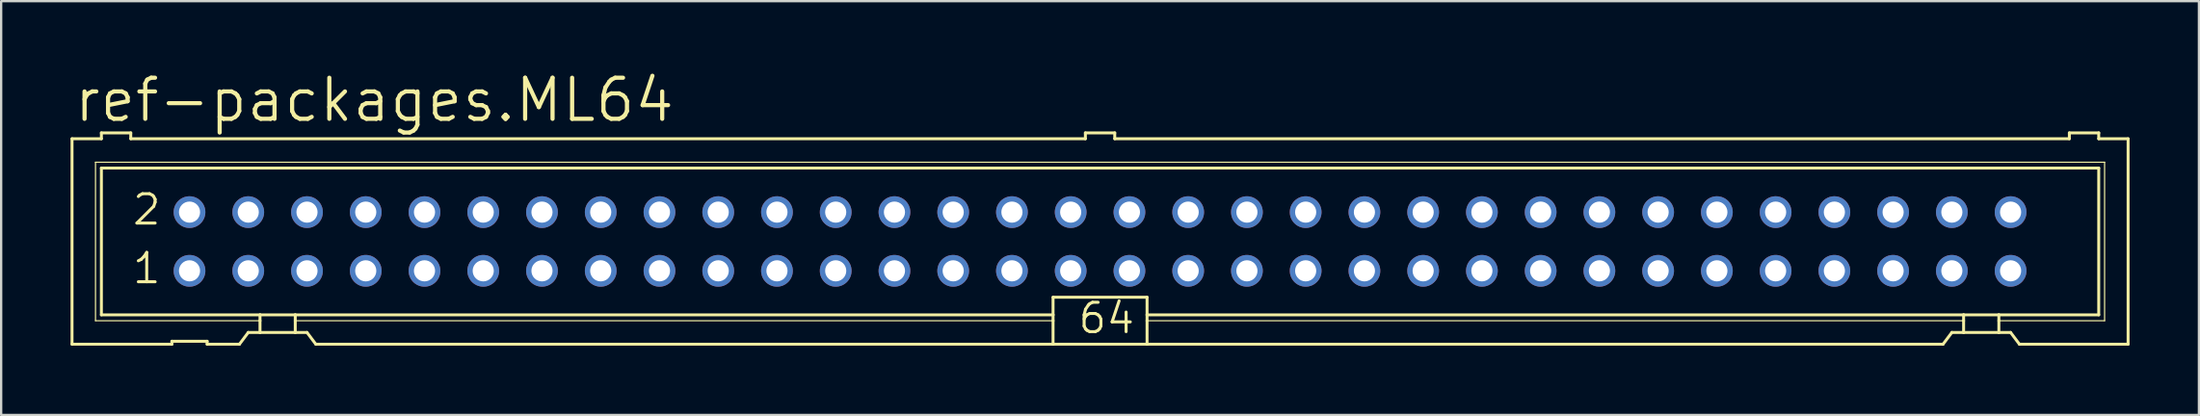
<source format=kicad_pcb>
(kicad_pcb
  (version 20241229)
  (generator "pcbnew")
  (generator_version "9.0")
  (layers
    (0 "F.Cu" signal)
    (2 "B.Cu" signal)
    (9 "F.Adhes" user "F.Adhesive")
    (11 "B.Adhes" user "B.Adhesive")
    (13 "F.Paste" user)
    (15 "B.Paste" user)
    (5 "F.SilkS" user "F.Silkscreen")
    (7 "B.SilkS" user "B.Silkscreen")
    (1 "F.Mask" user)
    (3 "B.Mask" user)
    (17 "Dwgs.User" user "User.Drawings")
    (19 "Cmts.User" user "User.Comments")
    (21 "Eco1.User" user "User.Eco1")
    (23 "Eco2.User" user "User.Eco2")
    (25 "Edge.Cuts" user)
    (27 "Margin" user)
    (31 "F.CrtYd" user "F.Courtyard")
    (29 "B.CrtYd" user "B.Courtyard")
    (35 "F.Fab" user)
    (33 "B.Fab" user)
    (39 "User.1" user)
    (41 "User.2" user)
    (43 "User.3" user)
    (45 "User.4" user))
  (footprint "ref-packages.ML64"
    (layer "F.Cu")
    (at 44.514 7.398)
    (property "Reference" "ref-packages.ML64" (at -44.45 -5.08 0) (layer "F.SilkS") (effects (font (size 1.778 1.778) (thickness 0.18)) (justify left bottom)))
    (attr through_hole)
    (fp_line (start -44.45 -4.445) (end -44.45 4.445) (stroke (width 0.127) (type default)) (layer "F.SilkS"))
    (fp_line (start -44.45 -4.445) (end -43.18 -4.445) (stroke (width 0.127) (type default)) (layer "F.SilkS"))
    (fp_line (start -44.45 4.445) (end -40.132 4.445) (stroke (width 0.127) (type default)) (layer "F.SilkS"))
    (fp_line (start -43.434 -3.429) (end -43.434 3.429) (stroke (width 0.051) (type default)) (layer "F.SilkS"))
    (fp_line (start -43.434 3.429) (end -36.322 3.429) (stroke (width 0.051) (type default)) (layer "F.SilkS"))
    (fp_line (start -43.18 -4.699) (end -43.18 -4.445) (stroke (width 0.127) (type default)) (layer "F.SilkS"))
    (fp_line (start -43.18 -3.175) (end -43.18 3.175) (stroke (width 0.127) (type default)) (layer "F.SilkS"))
    (fp_line (start -43.18 -3.175) (end 43.18 -3.175) (stroke (width 0.127) (type default)) (layer "F.SilkS"))
    (fp_line (start -41.91 -4.699) (end -43.18 -4.699) (stroke (width 0.127) (type default)) (layer "F.SilkS"))
    (fp_line (start -41.91 -4.699) (end -41.91 -4.445) (stroke (width 0.127) (type default)) (layer "F.SilkS"))
    (fp_line (start -41.91 -4.445) (end -0.635 -4.445) (stroke (width 0.127) (type default)) (layer "F.SilkS"))
    (fp_line (start -40.132 4.318) (end -40.132 4.445) (stroke (width 0.127) (type default)) (layer "F.SilkS"))
    (fp_line (start -40.132 4.318) (end -38.608 4.318) (stroke (width 0.127) (type default)) (layer "F.SilkS"))
    (fp_line (start -38.608 4.445) (end -38.608 4.318) (stroke (width 0.127) (type default)) (layer "F.SilkS"))
    (fp_line (start -38.608 4.445) (end -37.211 4.445) (stroke (width 0.127) (type default)) (layer "F.SilkS"))
    (fp_line (start -37.211 4.445) (end -36.83 3.937) (stroke (width 0.127) (type default)) (layer "F.SilkS"))
    (fp_line (start -36.322 3.175) (end -43.18 3.175) (stroke (width 0.127) (type default)) (layer "F.SilkS"))
    (fp_line (start -36.322 3.175) (end -36.322 3.429) (stroke (width 0.127) (type default)) (layer "F.SilkS"))
    (fp_line (start -36.322 3.429) (end -36.322 3.937) (stroke (width 0.127) (type default)) (layer "F.SilkS"))
    (fp_line (start -36.322 3.937) (end -36.83 3.937) (stroke (width 0.127) (type default)) (layer "F.SilkS"))
    (fp_line (start -34.798 3.175) (end -36.322 3.175) (stroke (width 0.127) (type default)) (layer "F.SilkS"))
    (fp_line (start -34.798 3.175) (end -34.798 3.429) (stroke (width 0.127) (type default)) (layer "F.SilkS"))
    (fp_line (start -34.798 3.429) (end -34.798 3.937) (stroke (width 0.127) (type default)) (layer "F.SilkS"))
    (fp_line (start -34.798 3.429) (end -2.032 3.429) (stroke (width 0.051) (type default)) (layer "F.SilkS"))
    (fp_line (start -34.798 3.937) (end -36.322 3.937) (stroke (width 0.127) (type default)) (layer "F.SilkS"))
    (fp_line (start -34.29 3.937) (end -34.798 3.937) (stroke (width 0.127) (type default)) (layer "F.SilkS"))
    (fp_line (start -34.29 3.937) (end -33.909 4.445) (stroke (width 0.127) (type default)) (layer "F.SilkS"))
    (fp_line (start -33.909 4.445) (end -2.032 4.445) (stroke (width 0.127) (type default)) (layer "F.SilkS"))
    (fp_line (start -2.032 3.175) (end -34.798 3.175) (stroke (width 0.127) (type default)) (layer "F.SilkS"))
    (fp_line (start -2.032 3.175) (end -2.032 2.413) (stroke (width 0.127) (type default)) (layer "F.SilkS"))
    (fp_line (start -2.032 3.175) (end -2.032 3.429) (stroke (width 0.127) (type default)) (layer "F.SilkS"))
    (fp_line (start -2.032 3.429) (end -2.032 4.445) (stroke (width 0.127) (type default)) (layer "F.SilkS"))
    (fp_line (start -0.635 -4.699) (end -0.635 -4.445) (stroke (width 0.127) (type default)) (layer "F.SilkS"))
    (fp_line (start 0.635 -4.699) (end -0.635 -4.699) (stroke (width 0.127) (type default)) (layer "F.SilkS"))
    (fp_line (start 0.635 -4.699) (end 0.635 -4.445) (stroke (width 0.127) (type default)) (layer "F.SilkS"))
    (fp_line (start 0.635 -4.445) (end 41.91 -4.445) (stroke (width 0.127) (type default)) (layer "F.SilkS"))
    (fp_line (start 2.032 2.413) (end -2.032 2.413) (stroke (width 0.127) (type default)) (layer "F.SilkS"))
    (fp_line (start 2.032 2.413) (end 2.032 3.175) (stroke (width 0.127) (type default)) (layer "F.SilkS"))
    (fp_line (start 2.032 3.175) (end 2.032 3.429) (stroke (width 0.127) (type default)) (layer "F.SilkS"))
    (fp_line (start 2.032 3.429) (end 2.032 4.445) (stroke (width 0.127) (type default)) (layer "F.SilkS"))
    (fp_line (start 2.032 4.445) (end -2.032 4.445) (stroke (width 0.127) (type default)) (layer "F.SilkS"))
    (fp_line (start 36.449 4.445) (end 2.032 4.445) (stroke (width 0.127) (type default)) (layer "F.SilkS"))
    (fp_line (start 36.449 4.445) (end 36.83 3.937) (stroke (width 0.127) (type default)) (layer "F.SilkS"))
    (fp_line (start 37.338 3.175) (end 2.032 3.175) (stroke (width 0.127) (type default)) (layer "F.SilkS"))
    (fp_line (start 37.338 3.175) (end 37.338 3.429) (stroke (width 0.127) (type default)) (layer "F.SilkS"))
    (fp_line (start 37.338 3.429) (end 2.032 3.429) (stroke (width 0.051) (type default)) (layer "F.SilkS"))
    (fp_line (start 37.338 3.429) (end 37.338 3.937) (stroke (width 0.127) (type default)) (layer "F.SilkS"))
    (fp_line (start 37.338 3.937) (end 36.83 3.937) (stroke (width 0.127) (type default)) (layer "F.SilkS"))
    (fp_line (start 38.862 3.175) (end 37.338 3.175) (stroke (width 0.127) (type default)) (layer "F.SilkS"))
    (fp_line (start 38.862 3.175) (end 38.862 3.429) (stroke (width 0.127) (type default)) (layer "F.SilkS"))
    (fp_line (start 38.862 3.429) (end 38.862 3.937) (stroke (width 0.127) (type default)) (layer "F.SilkS"))
    (fp_line (start 38.862 3.429) (end 43.434 3.429) (stroke (width 0.051) (type default)) (layer "F.SilkS"))
    (fp_line (start 38.862 3.937) (end 37.338 3.937) (stroke (width 0.127) (type default)) (layer "F.SilkS"))
    (fp_line (start 39.37 3.937) (end 38.862 3.937) (stroke (width 0.127) (type default)) (layer "F.SilkS"))
    (fp_line (start 39.37 3.937) (end 39.751 4.445) (stroke (width 0.127) (type default)) (layer "F.SilkS"))
    (fp_line (start 41.91 -4.445) (end 41.91 -4.699) (stroke (width 0.127) (type default)) (layer "F.SilkS"))
    (fp_line (start 43.18 -4.699) (end 41.91 -4.699) (stroke (width 0.127) (type default)) (layer "F.SilkS"))
    (fp_line (start 43.18 -4.445) (end 43.18 -4.699) (stroke (width 0.127) (type default)) (layer "F.SilkS"))
    (fp_line (start 43.18 -4.445) (end 44.45 -4.445) (stroke (width 0.127) (type default)) (layer "F.SilkS"))
    (fp_line (start 43.18 3.175) (end 38.862 3.175) (stroke (width 0.127) (type default)) (layer "F.SilkS"))
    (fp_line (start 43.18 3.175) (end 43.18 -3.175) (stroke (width 0.127) (type default)) (layer "F.SilkS"))
    (fp_line (start 43.434 -3.429) (end -43.434 -3.429) (stroke (width 0.051) (type default)) (layer "F.SilkS"))
    (fp_line (start 43.434 3.429) (end 43.434 -3.429) (stroke (width 0.051) (type default)) (layer "F.SilkS"))
    (fp_line (start 44.45 4.445) (end 39.751 4.445) (stroke (width 0.127) (type default)) (layer "F.SilkS"))
    (fp_line (start 44.45 4.445) (end 44.45 -4.445) (stroke (width 0.127) (type default)) (layer "F.SilkS"))
    (fp_rect (start -39.624 -1.016) (end -39.116 -1.524) (stroke (width 0.05) (type default)) (fill no) (layer "F.Fab"))
    (fp_rect (start -39.624 1.524) (end -39.116 1.016) (stroke (width 0.05) (type default)) (fill no) (layer "F.Fab"))
    (fp_rect (start -37.084 -1.016) (end -36.576 -1.524) (stroke (width 0.05) (type default)) (fill no) (layer "F.Fab"))
    (fp_rect (start -37.084 1.524) (end -36.576 1.016) (stroke (width 0.05) (type default)) (fill no) (layer "F.Fab"))
    (fp_rect (start -34.544 -1.016) (end -34.036 -1.524) (stroke (width 0.05) (type default)) (fill no) (layer "F.Fab"))
    (fp_rect (start -34.544 1.524) (end -34.036 1.016) (stroke (width 0.05) (type default)) (fill no) (layer "F.Fab"))
    (fp_rect (start -32.004 -1.016) (end -31.496 -1.524) (stroke (width 0.05) (type default)) (fill no) (layer "F.Fab"))
    (fp_rect (start -32.004 1.524) (end -31.496 1.016) (stroke (width 0.05) (type default)) (fill no) (layer "F.Fab"))
    (fp_rect (start -29.464 -1.016) (end -28.956 -1.524) (stroke (width 0.05) (type default)) (fill no) (layer "F.Fab"))
    (fp_rect (start -29.464 1.524) (end -28.956 1.016) (stroke (width 0.05) (type default)) (fill no) (layer "F.Fab"))
    (fp_rect (start -26.924 -1.016) (end -26.416 -1.524) (stroke (width 0.05) (type default)) (fill no) (layer "F.Fab"))
    (fp_rect (start -26.924 1.524) (end -26.416 1.016) (stroke (width 0.05) (type default)) (fill no) (layer "F.Fab"))
    (fp_rect (start -24.384 -1.016) (end -23.876 -1.524) (stroke (width 0.05) (type default)) (fill no) (layer "F.Fab"))
    (fp_rect (start -24.384 1.524) (end -23.876 1.016) (stroke (width 0.05) (type default)) (fill no) (layer "F.Fab"))
    (fp_rect (start -21.844 -1.016) (end -21.336 -1.524) (stroke (width 0.05) (type default)) (fill no) (layer "F.Fab"))
    (fp_rect (start -21.844 1.524) (end -21.336 1.016) (stroke (width 0.05) (type default)) (fill no) (layer "F.Fab"))
    (fp_rect (start -19.304 -1.016) (end -18.796 -1.524) (stroke (width 0.05) (type default)) (fill no) (layer "F.Fab"))
    (fp_rect (start -19.304 1.524) (end -18.796 1.016) (stroke (width 0.05) (type default)) (fill no) (layer "F.Fab"))
    (fp_rect (start -16.764 -1.016) (end -16.256 -1.524) (stroke (width 0.05) (type default)) (fill no) (layer "F.Fab"))
    (fp_rect (start -16.764 1.524) (end -16.256 1.016) (stroke (width 0.05) (type default)) (fill no) (layer "F.Fab"))
    (fp_rect (start -14.224 -1.016) (end -13.716 -1.524) (stroke (width 0.05) (type default)) (fill no) (layer "F.Fab"))
    (fp_rect (start -14.224 1.524) (end -13.716 1.016) (stroke (width 0.05) (type default)) (fill no) (layer "F.Fab"))
    (fp_rect (start -11.684 -1.016) (end -11.176 -1.524) (stroke (width 0.05) (type default)) (fill no) (layer "F.Fab"))
    (fp_rect (start -11.684 1.524) (end -11.176 1.016) (stroke (width 0.05) (type default)) (fill no) (layer "F.Fab"))
    (fp_rect (start -9.144 -1.016) (end -8.636 -1.524) (stroke (width 0.05) (type default)) (fill no) (layer "F.Fab"))
    (fp_rect (start -9.144 1.524) (end -8.636 1.016) (stroke (width 0.05) (type default)) (fill no) (layer "F.Fab"))
    (fp_rect (start -6.604 -1.016) (end -6.096 -1.524) (stroke (width 0.05) (type default)) (fill no) (layer "F.Fab"))
    (fp_rect (start -6.604 1.524) (end -6.096 1.016) (stroke (width 0.05) (type default)) (fill no) (layer "F.Fab"))
    (fp_rect (start -4.064 -1.016) (end -3.556 -1.524) (stroke (width 0.05) (type default)) (fill no) (layer "F.Fab"))
    (fp_rect (start -4.064 1.524) (end -3.556 1.016) (stroke (width 0.05) (type default)) (fill no) (layer "F.Fab"))
    (fp_rect (start -1.524 -1.016) (end -1.016 -1.524) (stroke (width 0.05) (type default)) (fill no) (layer "F.Fab"))
    (fp_rect (start -1.524 1.524) (end -1.016 1.016) (stroke (width 0.05) (type default)) (fill no) (layer "F.Fab"))
    (fp_rect (start 1.016 -1.016) (end 1.524 -1.524) (stroke (width 0.05) (type default)) (fill no) (layer "F.Fab"))
    (fp_rect (start 1.016 1.524) (end 1.524 1.016) (stroke (width 0.05) (type default)) (fill no) (layer "F.Fab"))
    (fp_rect (start 3.556 -1.016) (end 4.064 -1.524) (stroke (width 0.05) (type default)) (fill no) (layer "F.Fab"))
    (fp_rect (start 3.556 1.524) (end 4.064 1.016) (stroke (width 0.05) (type default)) (fill no) (layer "F.Fab"))
    (fp_rect (start 6.096 -1.016) (end 6.604 -1.524) (stroke (width 0.05) (type default)) (fill no) (layer "F.Fab"))
    (fp_rect (start 6.096 1.524) (end 6.604 1.016) (stroke (width 0.05) (type default)) (fill no) (layer "F.Fab"))
    (fp_rect (start 8.636 -1.016) (end 9.144 -1.524) (stroke (width 0.05) (type default)) (fill no) (layer "F.Fab"))
    (fp_rect (start 8.636 1.524) (end 9.144 1.016) (stroke (width 0.05) (type default)) (fill no) (layer "F.Fab"))
    (fp_rect (start 11.176 -1.016) (end 11.684 -1.524) (stroke (width 0.05) (type default)) (fill no) (layer "F.Fab"))
    (fp_rect (start 11.176 1.524) (end 11.684 1.016) (stroke (width 0.05) (type default)) (fill no) (layer "F.Fab"))
    (fp_rect (start 13.716 -1.016) (end 14.224 -1.524) (stroke (width 0.05) (type default)) (fill no) (layer "F.Fab"))
    (fp_rect (start 13.716 1.524) (end 14.224 1.016) (stroke (width 0.05) (type default)) (fill no) (layer "F.Fab"))
    (fp_rect (start 16.256 -1.016) (end 16.764 -1.524) (stroke (width 0.05) (type default)) (fill no) (layer "F.Fab"))
    (fp_rect (start 16.256 1.524) (end 16.764 1.016) (stroke (width 0.05) (type default)) (fill no) (layer "F.Fab"))
    (fp_rect (start 18.796 -1.016) (end 19.304 -1.524) (stroke (width 0.05) (type default)) (fill no) (layer "F.Fab"))
    (fp_rect (start 18.796 1.524) (end 19.304 1.016) (stroke (width 0.05) (type default)) (fill no) (layer "F.Fab"))
    (fp_rect (start 21.336 -1.016) (end 21.844 -1.524) (stroke (width 0.05) (type default)) (fill no) (layer "F.Fab"))
    (fp_rect (start 21.336 1.524) (end 21.844 1.016) (stroke (width 0.05) (type default)) (fill no) (layer "F.Fab"))
    (fp_rect (start 23.876 -1.016) (end 24.384 -1.524) (stroke (width 0.05) (type default)) (fill no) (layer "F.Fab"))
    (fp_rect (start 23.876 1.524) (end 24.384 1.016) (stroke (width 0.05) (type default)) (fill no) (layer "F.Fab"))
    (fp_rect (start 26.416 -1.016) (end 26.924 -1.524) (stroke (width 0.05) (type default)) (fill no) (layer "F.Fab"))
    (fp_rect (start 26.416 1.524) (end 26.924 1.016) (stroke (width 0.05) (type default)) (fill no) (layer "F.Fab"))
    (fp_rect (start 28.956 -1.016) (end 29.464 -1.524) (stroke (width 0.05) (type default)) (fill no) (layer "F.Fab"))
    (fp_rect (start 28.956 1.524) (end 29.464 1.016) (stroke (width 0.05) (type default)) (fill no) (layer "F.Fab"))
    (fp_rect (start 31.496 -1.016) (end 32.004 -1.524) (stroke (width 0.05) (type default)) (fill no) (layer "F.Fab"))
    (fp_rect (start 31.496 1.524) (end 32.004 1.016) (stroke (width 0.05) (type default)) (fill no) (layer "F.Fab"))
    (fp_rect (start 34.036 -1.016) (end 34.544 -1.524) (stroke (width 0.05) (type default)) (fill no) (layer "F.Fab"))
    (fp_rect (start 34.036 1.524) (end 34.544 1.016) (stroke (width 0.05) (type default)) (fill no) (layer "F.Fab"))
    (fp_rect (start 36.576 -1.016) (end 37.084 -1.524) (stroke (width 0.05) (type default)) (fill no) (layer "F.Fab"))
    (fp_rect (start 36.576 1.524) (end 37.084 1.016) (stroke (width 0.05) (type default)) (fill no) (layer "F.Fab"))
    (fp_rect (start 39.116 -1.016) (end 39.624 -1.524) (stroke (width 0.05) (type default)) (fill no) (layer "F.Fab"))
    (fp_rect (start 39.116 1.524) (end 39.624 1.016) (stroke (width 0.05) (type default)) (fill no) (layer "F.Fab"))
    (fp_text user "2" (at -41.91 -0.635 0) (layer "F.SilkS") (effects (font (size 1.27 1.27) (thickness 0.13)) (justify left bottom)))
    (fp_text user "64" (at -1.016 4.064 0) (layer "F.SilkS") (effects (font (size 1.27 1.27) (thickness 0.13)) (justify left bottom)))
    (fp_text user "1" (at -41.91 1.905 0) (layer "F.SilkS") (effects (font (size 1.27 1.27) (thickness 0.13)) (justify left bottom)))
    (pad "1" thru_hole circle (at -39.37 1.27) (size 1.372 1.372) (drill 0.914) (layers "*.Cu" "*.Mask"))
    (pad "2" thru_hole circle (at -39.37 -1.27) (size 1.372 1.372) (drill 0.914) (layers "*.Cu" "*.Mask"))
    (pad "3" thru_hole circle (at -36.83 1.27) (size 1.372 1.372) (drill 0.914) (layers "*.Cu" "*.Mask"))
    (pad "4" thru_hole circle (at -36.83 -1.27) (size 1.372 1.372) (drill 0.914) (layers "*.Cu" "*.Mask"))
    (pad "5" thru_hole circle (at -34.29 1.27) (size 1.372 1.372) (drill 0.914) (layers "*.Cu" "*.Mask"))
    (pad "6" thru_hole circle (at -34.29 -1.27) (size 1.372 1.372) (drill 0.914) (layers "*.Cu" "*.Mask"))
    (pad "7" thru_hole circle (at -31.75 1.27) (size 1.372 1.372) (drill 0.914) (layers "*.Cu" "*.Mask"))
    (pad "8" thru_hole circle (at -31.75 -1.27) (size 1.372 1.372) (drill 0.914) (layers "*.Cu" "*.Mask"))
    (pad "9" thru_hole circle (at -29.21 1.27) (size 1.372 1.372) (drill 0.914) (layers "*.Cu" "*.Mask"))
    (pad "10" thru_hole circle (at -29.21 -1.27) (size 1.372 1.372) (drill 0.914) (layers "*.Cu" "*.Mask"))
    (pad "11" thru_hole circle (at -26.67 1.27) (size 1.372 1.372) (drill 0.914) (layers "*.Cu" "*.Mask"))
    (pad "12" thru_hole circle (at -26.67 -1.27) (size 1.372 1.372) (drill 0.914) (layers "*.Cu" "*.Mask"))
    (pad "13" thru_hole circle (at -24.13 1.27) (size 1.372 1.372) (drill 0.914) (layers "*.Cu" "*.Mask"))
    (pad "14" thru_hole circle (at -24.13 -1.27) (size 1.372 1.372) (drill 0.914) (layers "*.Cu" "*.Mask"))
    (pad "15" thru_hole circle (at -21.59 1.27) (size 1.372 1.372) (drill 0.914) (layers "*.Cu" "*.Mask"))
    (pad "16" thru_hole circle (at -21.59 -1.27) (size 1.372 1.372) (drill 0.914) (layers "*.Cu" "*.Mask"))
    (pad "17" thru_hole circle (at -19.05 1.27) (size 1.372 1.372) (drill 0.914) (layers "*.Cu" "*.Mask"))
    (pad "18" thru_hole circle (at -19.05 -1.27) (size 1.372 1.372) (drill 0.914) (layers "*.Cu" "*.Mask"))
    (pad "19" thru_hole circle (at -16.51 1.27) (size 1.372 1.372) (drill 0.914) (layers "*.Cu" "*.Mask"))
    (pad "20" thru_hole circle (at -16.51 -1.27) (size 1.372 1.372) (drill 0.914) (layers "*.Cu" "*.Mask"))
    (pad "21" thru_hole circle (at -13.97 1.27) (size 1.372 1.372) (drill 0.914) (layers "*.Cu" "*.Mask"))
    (pad "22" thru_hole circle (at -13.97 -1.27) (size 1.372 1.372) (drill 0.914) (layers "*.Cu" "*.Mask"))
    (pad "23" thru_hole circle (at -11.43 1.27) (size 1.372 1.372) (drill 0.914) (layers "*.Cu" "*.Mask"))
    (pad "24" thru_hole circle (at -11.43 -1.27) (size 1.372 1.372) (drill 0.914) (layers "*.Cu" "*.Mask"))
    (pad "25" thru_hole circle (at -8.89 1.27) (size 1.372 1.372) (drill 0.914) (layers "*.Cu" "*.Mask"))
    (pad "26" thru_hole circle (at -8.89 -1.27) (size 1.372 1.372) (drill 0.914) (layers "*.Cu" "*.Mask"))
    (pad "27" thru_hole circle (at -6.35 1.27) (size 1.372 1.372) (drill 0.914) (layers "*.Cu" "*.Mask"))
    (pad "28" thru_hole circle (at -6.35 -1.27) (size 1.372 1.372) (drill 0.914) (layers "*.Cu" "*.Mask"))
    (pad "29" thru_hole circle (at -3.81 1.27) (size 1.372 1.372) (drill 0.914) (layers "*.Cu" "*.Mask"))
    (pad "30" thru_hole circle (at -3.81 -1.27) (size 1.372 1.372) (drill 0.914) (layers "*.Cu" "*.Mask"))
    (pad "31" thru_hole circle (at -1.27 1.27) (size 1.372 1.372) (drill 0.914) (layers "*.Cu" "*.Mask"))
    (pad "32" thru_hole circle (at -1.27 -1.27) (size 1.372 1.372) (drill 0.914) (layers "*.Cu" "*.Mask"))
    (pad "33" thru_hole circle (at 1.27 1.27) (size 1.372 1.372) (drill 0.914) (layers "*.Cu" "*.Mask"))
    (pad "34" thru_hole circle (at 1.27 -1.27) (size 1.372 1.372) (drill 0.914) (layers "*.Cu" "*.Mask"))
    (pad "35" thru_hole circle (at 3.81 1.27) (size 1.372 1.372) (drill 0.914) (layers "*.Cu" "*.Mask"))
    (pad "36" thru_hole circle (at 3.81 -1.27) (size 1.372 1.372) (drill 0.914) (layers "*.Cu" "*.Mask"))
    (pad "37" thru_hole circle (at 6.35 1.27) (size 1.372 1.372) (drill 0.914) (layers "*.Cu" "*.Mask"))
    (pad "38" thru_hole circle (at 6.35 -1.27) (size 1.372 1.372) (drill 0.914) (layers "*.Cu" "*.Mask"))
    (pad "39" thru_hole circle (at 8.89 1.27) (size 1.372 1.372) (drill 0.914) (layers "*.Cu" "*.Mask"))
    (pad "40" thru_hole circle (at 8.89 -1.27) (size 1.372 1.372) (drill 0.914) (layers "*.Cu" "*.Mask"))
    (pad "41" thru_hole circle (at 11.43 1.27) (size 1.372 1.372) (drill 0.914) (layers "*.Cu" "*.Mask"))
    (pad "42" thru_hole circle (at 11.43 -1.27) (size 1.372 1.372) (drill 0.914) (layers "*.Cu" "*.Mask"))
    (pad "43" thru_hole circle (at 13.97 1.27) (size 1.372 1.372) (drill 0.914) (layers "*.Cu" "*.Mask"))
    (pad "44" thru_hole circle (at 13.97 -1.27) (size 1.372 1.372) (drill 0.914) (layers "*.Cu" "*.Mask"))
    (pad "45" thru_hole circle (at 16.51 1.27) (size 1.372 1.372) (drill 0.914) (layers "*.Cu" "*.Mask"))
    (pad "46" thru_hole circle (at 16.51 -1.27) (size 1.372 1.372) (drill 0.914) (layers "*.Cu" "*.Mask"))
    (pad "47" thru_hole circle (at 19.05 1.27) (size 1.372 1.372) (drill 0.914) (layers "*.Cu" "*.Mask"))
    (pad "48" thru_hole circle (at 19.05 -1.27) (size 1.372 1.372) (drill 0.914) (layers "*.Cu" "*.Mask"))
    (pad "49" thru_hole circle (at 21.59 1.27) (size 1.372 1.372) (drill 0.914) (layers "*.Cu" "*.Mask"))
    (pad "50" thru_hole circle (at 21.59 -1.27) (size 1.372 1.372) (drill 0.914) (layers "*.Cu" "*.Mask"))
    (pad "51" thru_hole circle (at 24.13 1.27) (size 1.372 1.372) (drill 0.914) (layers "*.Cu" "*.Mask"))
    (pad "52" thru_hole circle (at 24.13 -1.27) (size 1.372 1.372) (drill 0.914) (layers "*.Cu" "*.Mask"))
    (pad "53" thru_hole circle (at 26.67 1.27) (size 1.372 1.372) (drill 0.914) (layers "*.Cu" "*.Mask"))
    (pad "54" thru_hole circle (at 26.67 -1.27) (size 1.372 1.372) (drill 0.914) (layers "*.Cu" "*.Mask"))
    (pad "55" thru_hole circle (at 29.21 1.27) (size 1.372 1.372) (drill 0.914) (layers "*.Cu" "*.Mask"))
    (pad "56" thru_hole circle (at 29.21 -1.27) (size 1.372 1.372) (drill 0.914) (layers "*.Cu" "*.Mask"))
    (pad "57" thru_hole circle (at 31.75 1.27) (size 1.372 1.372) (drill 0.914) (layers "*.Cu" "*.Mask"))
    (pad "58" thru_hole circle (at 31.75 -1.27) (size 1.372 1.372) (drill 0.914) (layers "*.Cu" "*.Mask"))
    (pad "59" thru_hole circle (at 34.29 1.27) (size 1.372 1.372) (drill 0.914) (layers "*.Cu" "*.Mask"))
    (pad "60" thru_hole circle (at 34.29 -1.27) (size 1.372 1.372) (drill 0.914) (layers "*.Cu" "*.Mask"))
    (pad "61" thru_hole circle (at 36.83 1.27) (size 1.372 1.372) (drill 0.914) (layers "*.Cu" "*.Mask"))
    (pad "62" thru_hole circle (at 36.83 -1.27) (size 1.372 1.372) (drill 0.914) (layers "*.Cu" "*.Mask"))
    (pad "63" thru_hole circle (at 39.37 1.27) (size 1.372 1.372) (drill 0.914) (layers "*.Cu" "*.Mask"))
    (pad "64" thru_hole circle (at 39.37 -1.27) (size 1.372 1.372) (drill 0.914) (layers "*.Cu" "*.Mask")))
  (gr_rect
    (start -3 -3)
    (end 92.027 14.906)
    (stroke (width 0.1) (type default))
    (fill no)
    (layer "Edge.Cuts")))
</source>
